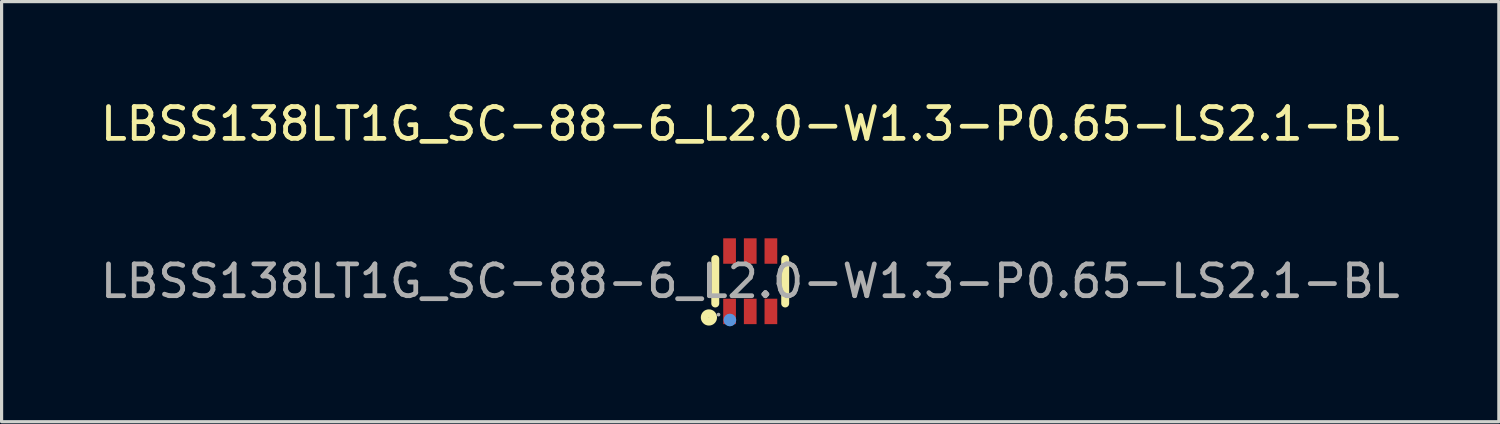
<source format=kicad_pcb>
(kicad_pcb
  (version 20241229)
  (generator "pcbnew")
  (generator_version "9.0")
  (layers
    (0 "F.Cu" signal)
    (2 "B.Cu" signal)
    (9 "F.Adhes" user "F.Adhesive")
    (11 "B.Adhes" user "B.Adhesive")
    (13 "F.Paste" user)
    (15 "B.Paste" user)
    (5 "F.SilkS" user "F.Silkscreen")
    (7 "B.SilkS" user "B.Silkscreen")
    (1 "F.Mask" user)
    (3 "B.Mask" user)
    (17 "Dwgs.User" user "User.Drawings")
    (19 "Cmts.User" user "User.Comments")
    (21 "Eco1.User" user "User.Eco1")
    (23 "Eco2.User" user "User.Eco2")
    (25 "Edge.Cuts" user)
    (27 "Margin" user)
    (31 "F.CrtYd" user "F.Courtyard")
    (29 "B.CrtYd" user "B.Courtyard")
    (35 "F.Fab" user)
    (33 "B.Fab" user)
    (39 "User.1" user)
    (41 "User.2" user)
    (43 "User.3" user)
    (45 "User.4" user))
  (footprint "LBSS138LT1G_SC-88-6_L2.0-W1.3-P0.65-LS2.1-BL"
    (layer "F.Cu")
    (at 20.554 5.798)
    (property "Reference" "LBSS138LT1G_SC-88-6_L2.0-W1.3-P0.65-LS2.1-BL" (at 0 -4.95 0) (layer "F.SilkS") (effects (font (size 1 1) (thickness 0.15))))
    (attr smd)
    (fp_line (start -1.1 -0.7) (end -1.1 0.7) (stroke (width 0.25) (type solid)) (layer "F.SilkS"))
    (fp_line (start 1.1 -0.7) (end 1.1 0.7) (stroke (width 0.25) (type solid)) (layer "F.SilkS"))
    (fp_circle (center -1.3 1.14) (end -1.17 1.14) (stroke (width 0.25) (type solid)) (fill no) (layer "F.SilkS"))
    (fp_circle (center -0.64 1.22) (end -0.54 1.22) (stroke (width 0.2) (type solid)) (fill no) (layer "Cmts.User"))
    (fp_circle (center -1 1.05) (end -0.97 1.05) (stroke (width 0.06) (type solid)) (fill no) (layer "F.Fab"))
    (fp_text user "${REFERENCE}" (at 0 0 0) (layer "F.Fab") (effects (font (size 1 1) (thickness 0.15))))
    (pad "1" smd rect (at -0.65 0.95) (size 0.4 0.8) (layers "F.Cu" "F.Mask" "F.Paste"))
    (pad "2" smd rect (at 0 0.95) (size 0.4 0.8) (layers "F.Cu" "F.Mask" "F.Paste"))
    (pad "3" smd rect (at 0.65 0.95) (size 0.4 0.8) (layers "F.Cu" "F.Mask" "F.Paste"))
    (pad "4" smd rect (at 0.65 -0.95) (size 0.4 0.8) (layers "F.Cu" "F.Mask" "F.Paste"))
    (pad "5" smd rect (at 0 -0.95) (size 0.4 0.8) (layers "F.Cu" "F.Mask" "F.Paste"))
    (pad "6" smd rect (at -0.65 -0.95) (size 0.4 0.8) (layers "F.Cu" "F.Mask" "F.Paste")))
  (gr_rect
    (start -3 -3)
    (end 44.107 10.218)
    (stroke (width 0.1) (type default))
    (fill no)
    (layer "Edge.Cuts")))
</source>
